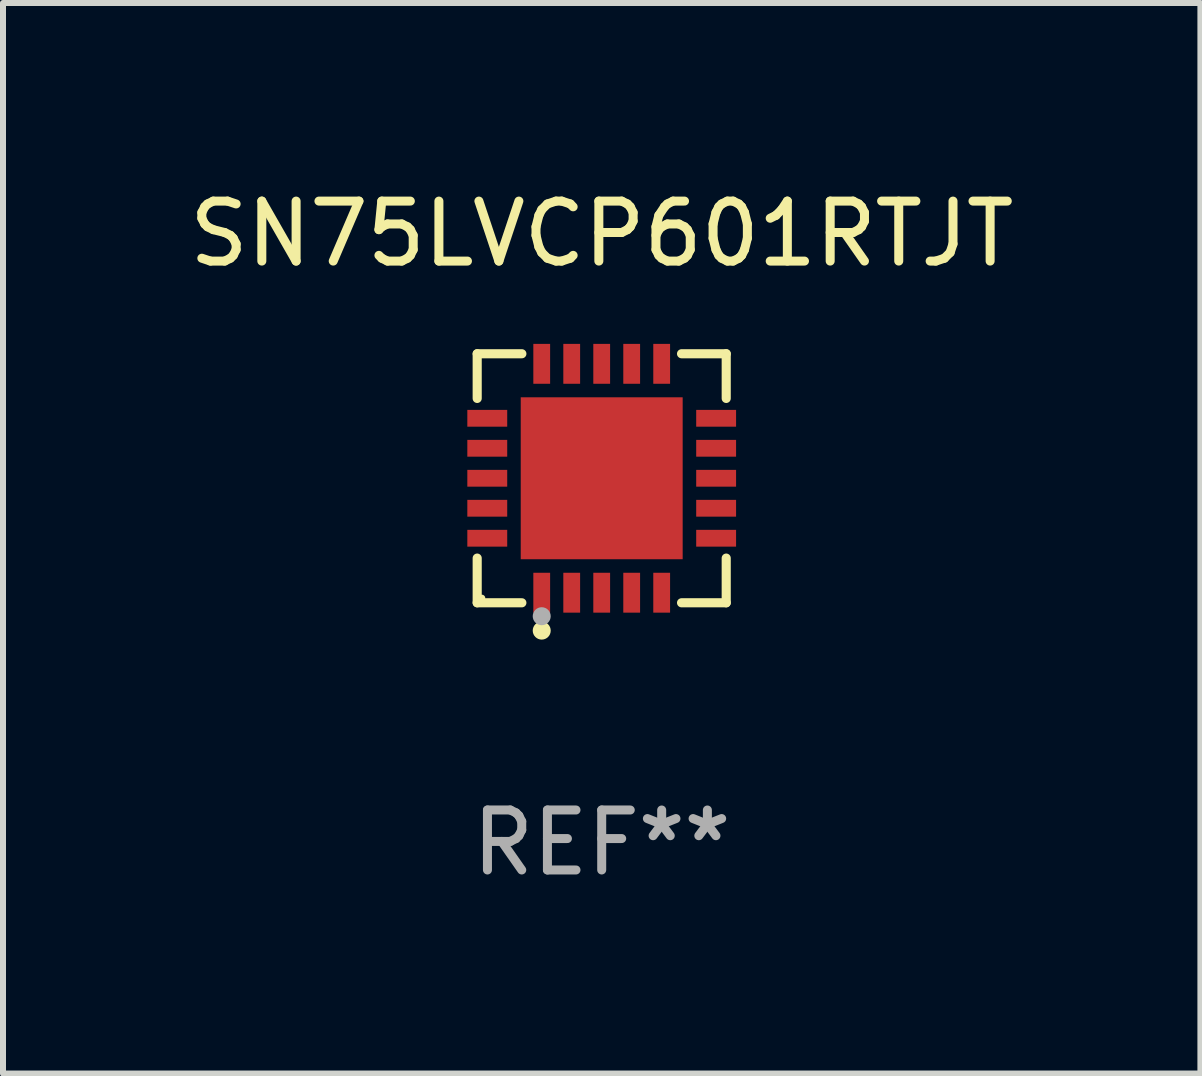
<source format=kicad_pcb>
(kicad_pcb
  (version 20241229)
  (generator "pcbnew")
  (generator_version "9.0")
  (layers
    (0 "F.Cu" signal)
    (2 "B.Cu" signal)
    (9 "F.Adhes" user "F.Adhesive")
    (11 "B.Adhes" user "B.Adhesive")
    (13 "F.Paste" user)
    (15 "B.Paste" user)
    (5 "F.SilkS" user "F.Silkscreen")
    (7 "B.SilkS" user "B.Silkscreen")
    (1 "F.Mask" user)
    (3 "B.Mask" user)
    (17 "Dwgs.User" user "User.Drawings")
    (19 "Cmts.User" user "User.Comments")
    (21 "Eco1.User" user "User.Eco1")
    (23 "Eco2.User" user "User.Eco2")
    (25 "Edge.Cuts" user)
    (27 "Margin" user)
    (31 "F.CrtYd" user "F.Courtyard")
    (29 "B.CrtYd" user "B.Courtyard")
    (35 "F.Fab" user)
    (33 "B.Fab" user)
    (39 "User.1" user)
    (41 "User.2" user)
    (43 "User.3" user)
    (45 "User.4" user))
  (footprint "SN75LVCP601RTJT"
    (layer "F.Cu")
    (at 6.982 4.924)
    (property "Reference" "SN75LVCP601RTJT" (at 0 -4.076 0) (layer "F.SilkS") (effects (font (size 1 1) (thickness 0.15))))
    (attr through_hole)
    (fp_line (start -2.076 -2.076) (end -1.331 -2.076) (stroke (width 0.152) (type solid)) (layer "F.SilkS"))
    (fp_line (start -2.076 -1.331) (end -2.076 -2.076) (stroke (width 0.152) (type solid)) (layer "F.SilkS"))
    (fp_line (start -2.076 1.331) (end -2.076 2.076) (stroke (width 0.152) (type solid)) (layer "F.SilkS"))
    (fp_line (start -2.076 2.076) (end -1.331 2.076) (stroke (width 0.152) (type solid)) (layer "F.SilkS"))
    (fp_line (start 2.076 -2.076) (end 1.331 -2.076) (stroke (width 0.152) (type solid)) (layer "F.SilkS"))
    (fp_line (start 2.076 -1.331) (end 2.076 -2.076) (stroke (width 0.152) (type solid)) (layer "F.SilkS"))
    (fp_line (start 2.076 1.331) (end 2.076 2.076) (stroke (width 0.152) (type solid)) (layer "F.SilkS"))
    (fp_line (start 2.076 2.076) (end 1.331 2.076) (stroke (width 0.152) (type solid)) (layer "F.SilkS"))
    (fp_circle (center -2 2) (end -1.97 2) (stroke (width 0.06) (type solid)) (fill no) (layer "F.SilkS"))
    (fp_circle (center -1 2.54) (end -0.925 2.54) (stroke (width 0.15) (type solid)) (fill no) (layer "F.SilkS"))
    (fp_circle (center -1 2.3) (end -0.925 2.3) (stroke (width 0.15) (type solid)) (fill no) (layer "F.Fab"))
    (fp_text user "REF**" (at 0 6.076 0) (layer "F.Fab") (effects (font (size 1 1) (thickness 0.15))))
    (pad "1" smd rect (at -1 1.908) (size 0.28 0.665) (layers "F.Cu" "F.Mask" "F.Paste"))
    (pad "2" smd rect (at -0.5 1.908) (size 0.28 0.665) (layers "F.Cu" "F.Mask" "F.Paste"))
    (pad "3" smd rect (at 0 1.908) (size 0.28 0.665) (layers "F.Cu" "F.Mask" "F.Paste"))
    (pad "4" smd rect (at 0.5 1.908) (size 0.28 0.665) (layers "F.Cu" "F.Mask" "F.Paste"))
    (pad "5" smd rect (at 1 1.908) (size 0.28 0.665) (layers "F.Cu" "F.Mask" "F.Paste"))
    (pad "6" smd rect (at 1.908 1) (size 0.665 0.28) (layers "F.Cu" "F.Mask" "F.Paste"))
    (pad "7" smd rect (at 1.908 0.5) (size 0.665 0.28) (layers "F.Cu" "F.Mask" "F.Paste"))
    (pad "8" smd rect (at 1.908 0) (size 0.665 0.28) (layers "F.Cu" "F.Mask" "F.Paste"))
    (pad "9" smd rect (at 1.908 -0.5) (size 0.665 0.28) (layers "F.Cu" "F.Mask" "F.Paste"))
    (pad "10" smd rect (at 1.908 -1) (size 0.665 0.28) (layers "F.Cu" "F.Mask" "F.Paste"))
    (pad "11" smd rect (at 1 -1.908) (size 0.28 0.665) (layers "F.Cu" "F.Mask" "F.Paste"))
    (pad "12" smd rect (at 0.5 -1.908) (size 0.28 0.665) (layers "F.Cu" "F.Mask" "F.Paste"))
    (pad "13" smd rect (at 0 -1.908) (size 0.28 0.665) (layers "F.Cu" "F.Mask" "F.Paste"))
    (pad "14" smd rect (at -0.5 -1.908) (size 0.28 0.665) (layers "F.Cu" "F.Mask" "F.Paste"))
    (pad "15" smd rect (at -1 -1.908) (size 0.28 0.665) (layers "F.Cu" "F.Mask" "F.Paste"))
    (pad "16" smd rect (at -1.908 -1) (size 0.665 0.28) (layers "F.Cu" "F.Mask" "F.Paste"))
    (pad "17" smd rect (at -1.908 -0.5) (size 0.665 0.28) (layers "F.Cu" "F.Mask" "F.Paste"))
    (pad "18" smd rect (at -1.908 0) (size 0.665 0.28) (layers "F.Cu" "F.Mask" "F.Paste"))
    (pad "19" smd rect (at -1.908 0.5) (size 0.665 0.28) (layers "F.Cu" "F.Mask" "F.Paste"))
    (pad "20" smd rect (at -1.908 1) (size 0.665 0.28) (layers "F.Cu" "F.Mask" "F.Paste"))
    (pad "21" smd rect (at 0 0) (size 2.7 2.7) (layers "F.Cu" "F.Mask" "F.Paste")))
  (gr_rect
    (start -3 -3)
    (end 16.964 14.849)
    (stroke (width 0.1) (type default))
    (fill no)
    (layer "Edge.Cuts")))
</source>
